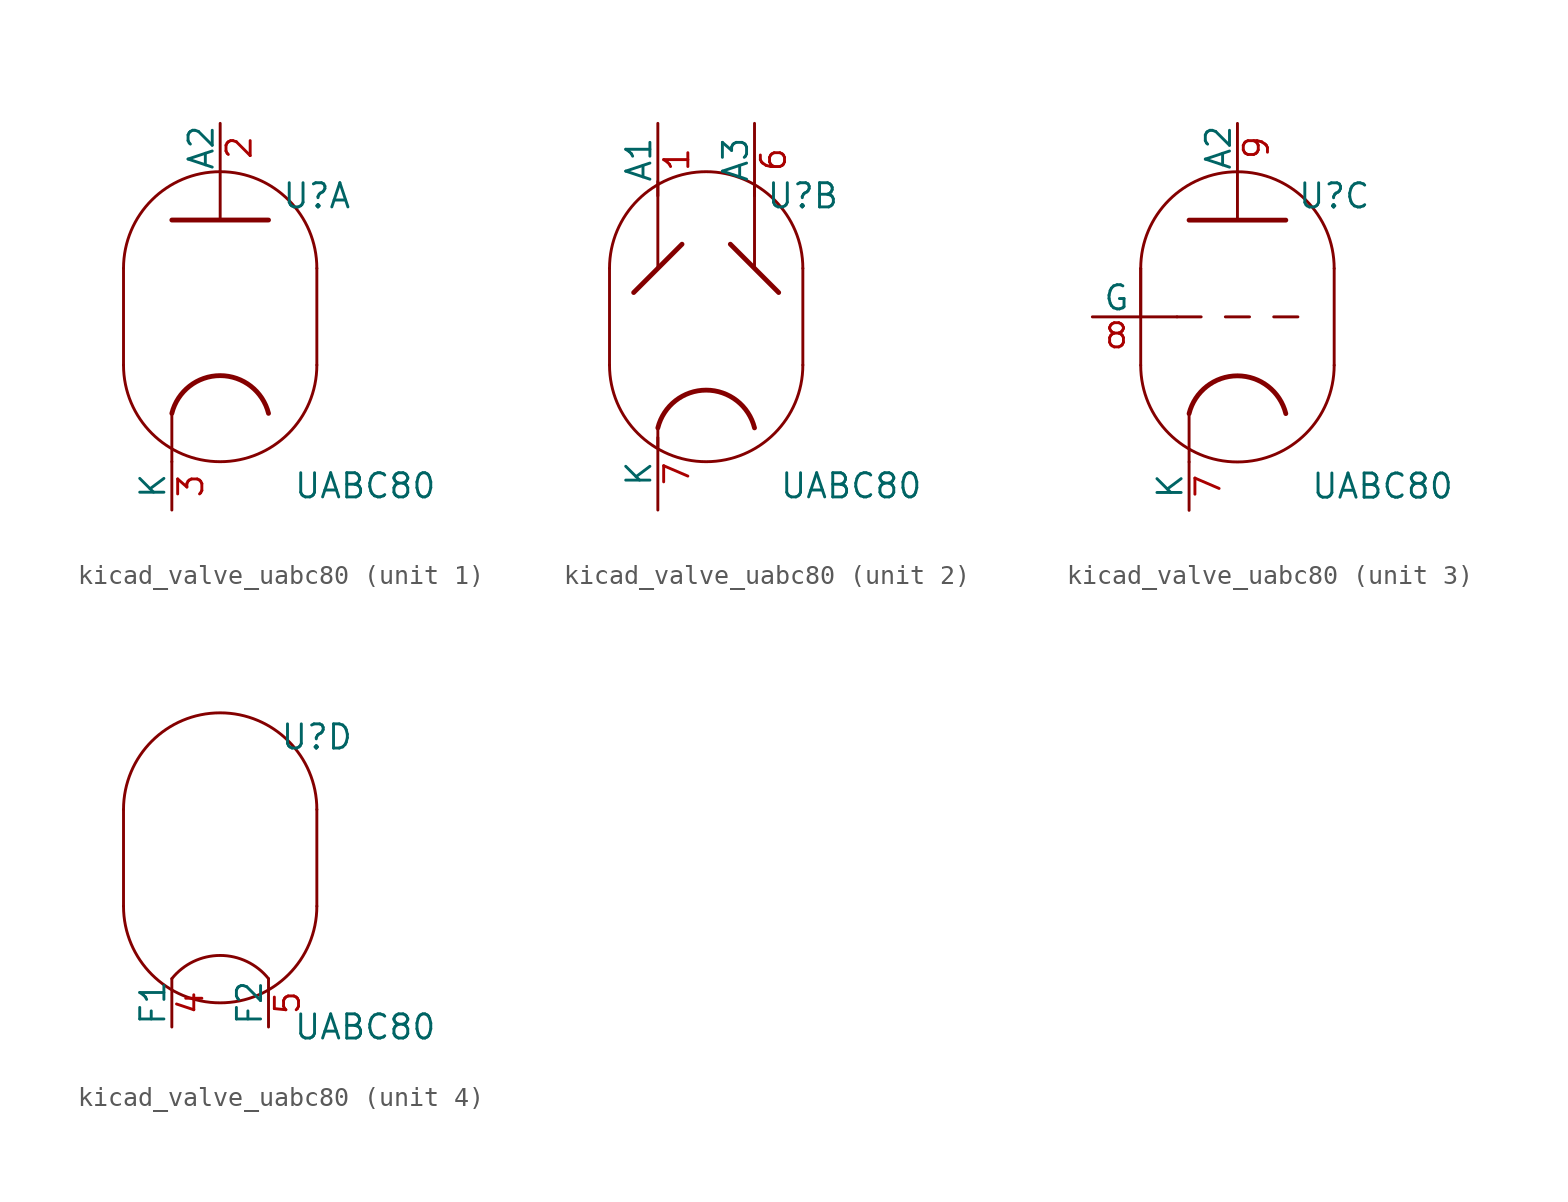
<source format=kicad_sym>
(kicad_symbol_lib
  (version 20220914)
  (generator kicad_symbol_editor)
  (symbol "kicad_valve_uabc80"
    (pin_names
      (offset 0))
    (property "Reference" "U"
      (at 5.08 6.35 0)
      (effects (font (size 1.27 1.27))))
    (property "Value" "UABC80"
      (at 7.62 -8.89 0)
      (effects (font (size 1.27 1.27))))
    (property "ki_locked" ""
      (at 0 0 0)
      (effects (font (size 1.27 1.27))))
    (symbol "kicad_valve_uabc80_0_1"
      (arc (start -5.08 -2.54) (mid 0 -7.5979) (end 5.08 -2.54) (stroke (width 0) (type default)) (fill (type none)))
      (polyline (pts (xy 5.08 2.54) (xy 5.08 -2.54)) (stroke (width 0) (type default)) (fill (type none)))
      (polyline (pts (xy -5.08 2.54) (xy -5.08 -2.54) (xy -5.08 -2.54)) (stroke (width 0) (type default)) (fill (type none)))
      (arc (start 5.08 2.54) (mid 0 7.5979) (end -5.08 2.54) (stroke (width 0) (type default)) (fill (type none))))
    (symbol "kicad_valve_uabc80_1_0"
      (polyline (pts (xy -2.54 -5.08) (xy -2.54 -7.62)) (stroke (width 0) (type default)) (fill (type none)))
      (polyline (pts (xy 0 5.08) (xy 0 7.62)) (stroke (width 0) (type default)) (fill (type none))))
    (symbol "kicad_valve_uabc80_1_1"
      (polyline (pts (xy -2.54 5.08) (xy 2.54 5.08) (xy 2.54 5.08) (xy 2.54 5.08)) (stroke (width 0.254) (type default)) (fill (type none)))
      (arc (start 2.54 -5.08) (mid 0 -3.0968) (end -2.54 -5.08) (stroke (width 0.254) (type default)) (fill (type none)))
      (pin output line (at 0 10.16 270) (length 2.54) (name "A2" (effects (font (size 1.27 1.27)))) (number "2" (effects (font (size 1.27 1.27)))))
      (pin input line (at -2.54 -10.16 90) (length 2.54) (name "K" (effects (font (size 1.27 1.27)))) (number "3" (effects (font (size 1.27 1.27))))))
    (symbol "kicad_valve_uabc80_2_1"
      (polyline (pts (xy -2.54 -6.858) (xy -2.54 -5.842) (xy -2.54 -5.842)) (stroke (width 0) (type default)) (fill (type none)))
      (polyline (pts (xy -2.54 7.112) (xy -2.54 2.54) (xy -2.54 2.54)) (stroke (width 0) (type default)) (fill (type none)))
      (polyline (pts (xy 1.27 3.81) (xy 3.81 1.27) (xy 3.81 1.27)) (stroke (width 0.254) (type default)) (fill (type none)))
      (polyline (pts (xy 2.54 6.858) (xy 2.54 2.54) (xy 2.54 2.54)) (stroke (width 0) (type default)) (fill (type none)))
      (polyline (pts (xy -3.81 1.27) (xy -1.27 3.81) (xy -1.27 3.81) (xy -1.27 3.81)) (stroke (width 0.254) (type default)) (fill (type none)))
      (arc (start 2.54 -5.842) (mid 0 -3.8588) (end -2.54 -5.842) (stroke (width 0.254) (type default)) (fill (type none)))
      (pin input line (at -2.54 10.16 270) (length 3.81) (name "A1" (effects (font (size 1.27 1.27)))) (number "1" (effects (font (size 1.27 1.27)))))
      (pin output line (at 2.54 10.16 270) (length 3.81) (name "A3" (effects (font (size 1.27 1.27)))) (number "6" (effects (font (size 1.27 1.27)))))
      (pin input line (at -2.54 -10.16 90) (length 3.81) (name "K" (effects (font (size 1.27 1.27)))) (number "7" (effects (font (size 1.27 1.27))))))
    (symbol "kicad_valve_uabc80_3_0"
      (polyline (pts (xy -5.08 0) (xy -3.175 0)) (stroke (width 0) (type default)) (fill (type none)))
      (polyline (pts (xy -5.08 2.54) (xy -5.08 0)) (stroke (width 0) (type default)) (fill (type none)))
      (polyline (pts (xy -2.54 -5.08) (xy -2.54 -7.62)) (stroke (width 0) (type default)) (fill (type none)))
      (polyline (pts (xy 0 5.08) (xy 0 7.62)) (stroke (width 0) (type default)) (fill (type none))))
    (symbol "kicad_valve_uabc80_3_1"
      (polyline (pts (xy -1.905 0) (xy -3.175 0)) (stroke (width 0.152) (type default)) (fill (type none)))
      (polyline (pts (xy -0.635 0) (xy 0.635 0)) (stroke (width 0.152) (type default)) (fill (type none)))
      (polyline (pts (xy 1.905 0) (xy 3.175 0)) (stroke (width 0.152) (type default)) (fill (type none)))
      (polyline (pts (xy -2.54 5.08) (xy 2.54 5.08) (xy 2.54 5.08)) (stroke (width 0.254) (type default)) (fill (type none)))
      (arc (start 2.54 -5.08) (mid 0 -3.0968) (end -2.54 -5.08) (stroke (width 0.254) (type default)) (fill (type none)))
      (pin input line (at -2.54 -10.16 90) (length 2.54) (name "K" (effects (font (size 1.27 1.27)))) (number "7" (effects (font (size 1.27 1.27)))))
      (pin input line (at -7.62 0 0) (length 2.54) (name "G" (effects (font (size 1.27 1.27)))) (number "8" (effects (font (size 1.27 1.27)))))
      (pin output line (at 0 10.16 270) (length 2.54) (name "A2" (effects (font (size 1.27 1.27)))) (number "9" (effects (font (size 1.27 1.27))))))
    (symbol "kicad_valve_uabc80_4_1"
      (arc (start 2.54 -6.35) (mid 0 -5.1292) (end -2.54 -6.35) (stroke (width 0) (type default)) (fill (type none)))
      (pin input line (at -2.54 -8.89 90) (length 2.54) (name "F1" (effects (font (size 1.27 1.27)))) (number "4" (effects (font (size 1.27 1.27)))))
      (pin input line (at 2.54 -8.89 90) (length 2.54) (name "F2" (effects (font (size 1.27 1.27)))) (number "5" (effects (font (size 1.27 1.27))))))))
</source>
